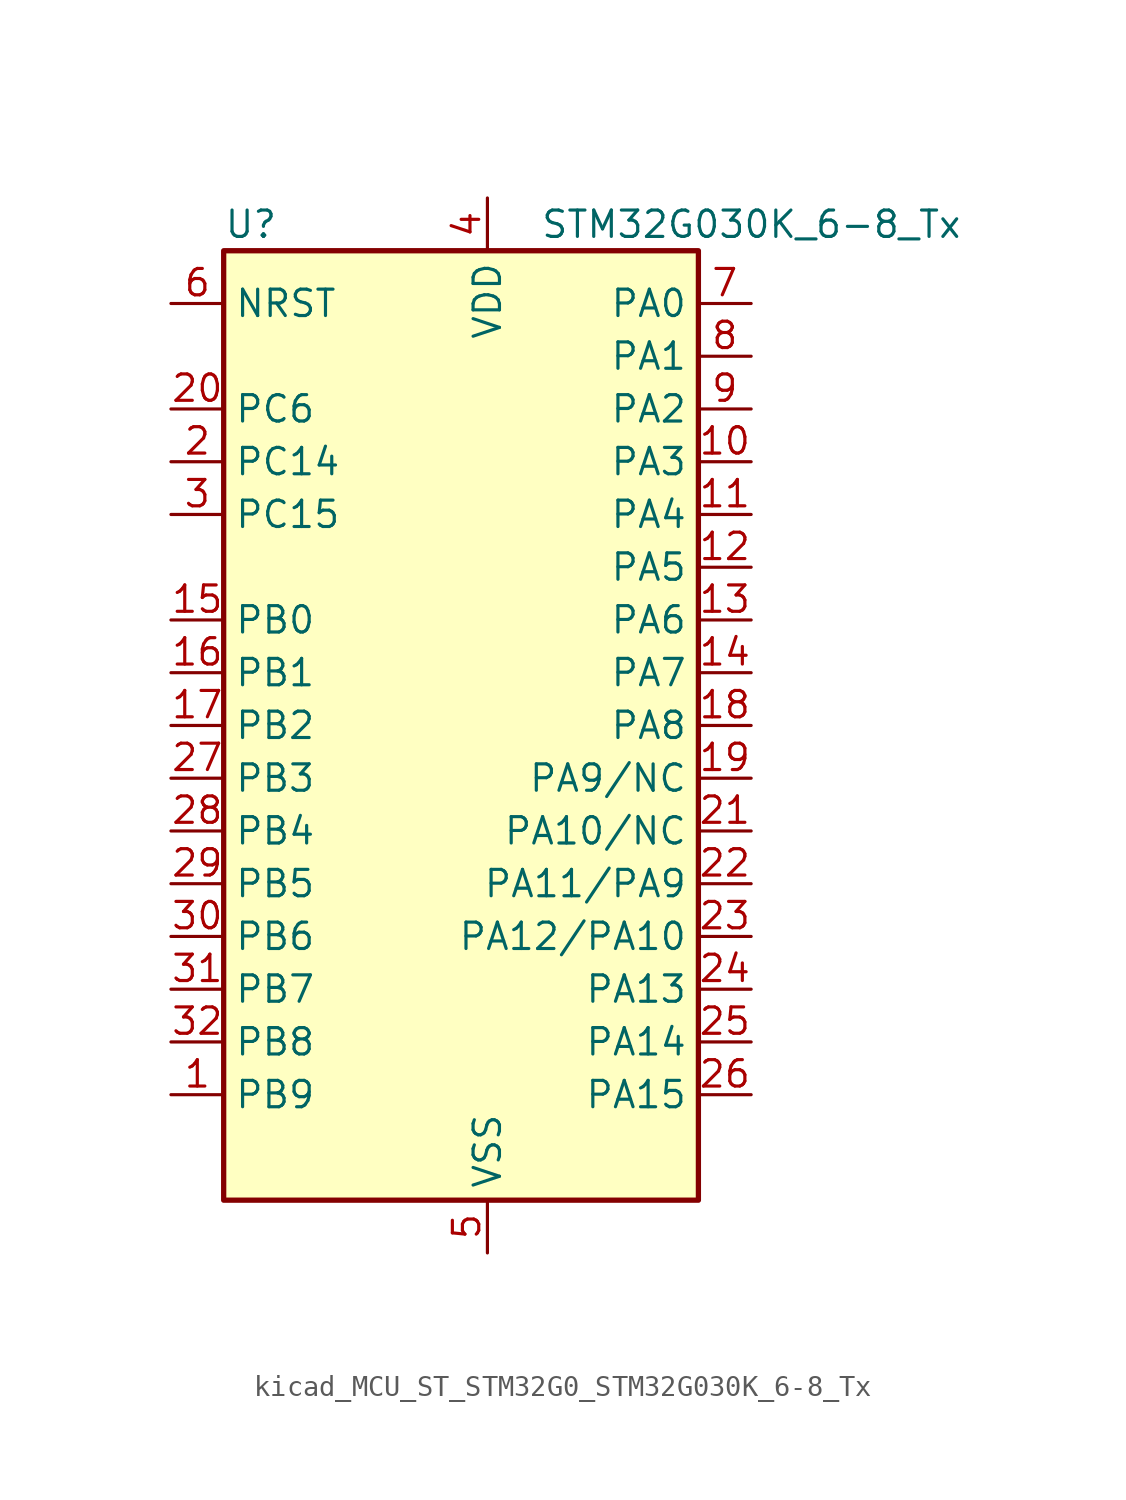
<source format=kicad_sym>
(kicad_symbol_lib
  (version 20220914)
  (generator kicad_symbol_editor)
  (symbol "kicad_MCU_ST_STM32G0_STM32G030K_6-8_Tx"
    (property "Reference" "U"
      (at -10.16 24.13 0)
      (effects (font (size 1.27 1.27)) (justify left)))
    (property "Value" "STM32G030K_6-8_Tx"
      (at 5.08 24.13 0)
      (effects (font (size 1.27 1.27)) (justify left)))
    (property "ki_locked" ""
      (at 0 0 0)
      (effects (font (size 1.27 1.27))))
    (symbol "kicad_MCU_ST_STM32G0_STM32G030K_6-8_Tx_0_1"
      (rectangle (start -10.16 -22.86) (end 12.7 22.86) (stroke (width 0.254) (type default)) (fill (type background))))
    (symbol "kicad_MCU_ST_STM32G0_STM32G030K_6-8_Tx_1_1"
      (pin bidirectional line (at -12.7 -17.78 0) (length 2.54) (name "PB9" (effects (font (size 1.27 1.27)))) (number "1" (effects (font (size 1.27 1.27)))) (alternate "I2C1_SDA" bidirectional line) (alternate "IR_OUT" bidirectional line) (alternate "SPI2_NSS" bidirectional line) (alternate "TIM17_CH1" bidirectional line))
      (pin bidirectional line (at 15.24 12.7 180) (length 2.54) (name "PA3" (effects (font (size 1.27 1.27)))) (number "10" (effects (font (size 1.27 1.27)))) (alternate "ADC1_IN3" bidirectional line) (alternate "SPI2_MISO" bidirectional line) (alternate "USART2_RX" bidirectional line))
      (pin bidirectional line (at 15.24 10.16 180) (length 2.54) (name "PA4" (effects (font (size 1.27 1.27)))) (number "11" (effects (font (size 1.27 1.27)))) (alternate "ADC1_IN4" bidirectional line) (alternate "I2S1_WS" bidirectional line) (alternate "RTC_OUT_ALARM" bidirectional line) (alternate "RTC_OUT_CALIB" bidirectional line) (alternate "RTC_TAMP_IN1" bidirectional line) (alternate "RTC_TS" bidirectional line) (alternate "SPI1_NSS" bidirectional line) (alternate "SPI2_MOSI" bidirectional line) (alternate "SYS_WKUP2" bidirectional line) (alternate "TIM14_CH1" bidirectional line))
      (pin bidirectional line (at 15.24 7.62 180) (length 2.54) (name "PA5" (effects (font (size 1.27 1.27)))) (number "12" (effects (font (size 1.27 1.27)))) (alternate "ADC1_IN5" bidirectional line) (alternate "I2S1_CK" bidirectional line) (alternate "SPI1_SCK" bidirectional line))
      (pin bidirectional line (at 15.24 5.08 180) (length 2.54) (name "PA6" (effects (font (size 1.27 1.27)))) (number "13" (effects (font (size 1.27 1.27)))) (alternate "ADC1_IN6" bidirectional line) (alternate "I2S1_MCK" bidirectional line) (alternate "SPI1_MISO" bidirectional line) (alternate "TIM16_CH1" bidirectional line) (alternate "TIM1_BK" bidirectional line) (alternate "TIM3_CH1" bidirectional line))
      (pin bidirectional line (at 15.24 2.54 180) (length 2.54) (name "PA7" (effects (font (size 1.27 1.27)))) (number "14" (effects (font (size 1.27 1.27)))) (alternate "ADC1_IN7" bidirectional line) (alternate "I2S1_SD" bidirectional line) (alternate "SPI1_MOSI" bidirectional line) (alternate "TIM14_CH1" bidirectional line) (alternate "TIM17_CH1" bidirectional line) (alternate "TIM1_CH1N" bidirectional line) (alternate "TIM3_CH2" bidirectional line))
      (pin bidirectional line (at -12.7 5.08 0) (length 2.54) (name "PB0" (effects (font (size 1.27 1.27)))) (number "15" (effects (font (size 1.27 1.27)))) (alternate "ADC1_IN8" bidirectional line) (alternate "I2S1_WS" bidirectional line) (alternate "SPI1_NSS" bidirectional line) (alternate "TIM1_CH2N" bidirectional line) (alternate "TIM3_CH3" bidirectional line))
      (pin bidirectional line (at -12.7 2.54 0) (length 2.54) (name "PB1" (effects (font (size 1.27 1.27)))) (number "16" (effects (font (size 1.27 1.27)))) (alternate "ADC1_IN9" bidirectional line) (alternate "TIM14_CH1" bidirectional line) (alternate "TIM1_CH3N" bidirectional line) (alternate "TIM3_CH4" bidirectional line))
      (pin bidirectional line (at -12.7 0 0) (length 2.54) (name "PB2" (effects (font (size 1.27 1.27)))) (number "17" (effects (font (size 1.27 1.27)))) (alternate "ADC1_IN10" bidirectional line) (alternate "SPI2_MISO" bidirectional line))
      (pin bidirectional line (at 15.24 0 180) (length 2.54) (name "PA8" (effects (font (size 1.27 1.27)))) (number "18" (effects (font (size 1.27 1.27)))) (alternate "RCC_MCO" bidirectional line) (alternate "SPI2_NSS" bidirectional line) (alternate "TIM1_CH1" bidirectional line))
      (pin bidirectional line (at 15.24 -2.54 180) (length 2.54) (name "PA9/NC" (effects (font (size 1.27 1.27)))) (number "19" (effects (font (size 1.27 1.27)))) (alternate "I2C1_SCL" bidirectional line) (alternate "RCC_MCO" bidirectional line) (alternate "SPI2_MISO" bidirectional line) (alternate "TIM1_CH2" bidirectional line) (alternate "USART1_TX" bidirectional line))
      (pin bidirectional line (at -12.7 12.7 0) (length 2.54) (name "PC14" (effects (font (size 1.27 1.27)))) (number "2" (effects (font (size 1.27 1.27)))) (alternate "RCC_OSC32_IN" bidirectional line) (alternate "RCC_OSC_IN" bidirectional line) (alternate "TIM1_BK2" bidirectional line))
      (pin bidirectional line (at -12.7 15.24 0) (length 2.54) (name "PC6" (effects (font (size 1.27 1.27)))) (number "20" (effects (font (size 1.27 1.27)))) (alternate "TIM3_CH1" bidirectional line))
      (pin bidirectional line (at 15.24 -5.08 180) (length 2.54) (name "PA10/NC" (effects (font (size 1.27 1.27)))) (number "21" (effects (font (size 1.27 1.27)))) (alternate "I2C1_SDA" bidirectional line) (alternate "SPI2_MOSI" bidirectional line) (alternate "TIM17_BK" bidirectional line) (alternate "TIM1_CH3" bidirectional line) (alternate "USART1_RX" bidirectional line))
      (pin bidirectional line (at 15.24 -7.62 180) (length 2.54) (name "PA11/PA9" (effects (font (size 1.27 1.27)))) (number "22" (effects (font (size 1.27 1.27)))) (alternate "ADC1_EXTI11" bidirectional line) (alternate "ADC1_IN15" bidirectional line) (alternate "I2C2_SCL" bidirectional line) (alternate "I2S1_MCK" bidirectional line) (alternate "SPI1_MISO" bidirectional line) (alternate "TIM1_BK2" bidirectional line) (alternate "TIM1_CH4" bidirectional line) (alternate "USART1_CTS" bidirectional line) (alternate "USART1_NSS" bidirectional line))
      (pin bidirectional line (at 15.24 -10.16 180) (length 2.54) (name "PA12/PA10" (effects (font (size 1.27 1.27)))) (number "23" (effects (font (size 1.27 1.27)))) (alternate "ADC1_IN16" bidirectional line) (alternate "I2C2_SDA" bidirectional line) (alternate "I2S1_SD" bidirectional line) (alternate "I2S_CKIN" bidirectional line) (alternate "SPI1_MOSI" bidirectional line) (alternate "TIM1_ETR" bidirectional line) (alternate "USART1_CK" bidirectional line) (alternate "USART1_DE" bidirectional line) (alternate "USART1_RTS" bidirectional line))
      (pin bidirectional line (at 15.24 -12.7 180) (length 2.54) (name "PA13" (effects (font (size 1.27 1.27)))) (number "24" (effects (font (size 1.27 1.27)))) (alternate "ADC1_IN17" bidirectional line) (alternate "IR_OUT" bidirectional line) (alternate "SYS_SWDIO" bidirectional line))
      (pin bidirectional line (at 15.24 -15.24 180) (length 2.54) (name "PA14" (effects (font (size 1.27 1.27)))) (number "25" (effects (font (size 1.27 1.27)))) (alternate "ADC1_IN18" bidirectional line) (alternate "SYS_SWCLK" bidirectional line) (alternate "USART2_TX" bidirectional line))
      (pin bidirectional line (at 15.24 -17.78 180) (length 2.54) (name "PA15" (effects (font (size 1.27 1.27)))) (number "26" (effects (font (size 1.27 1.27)))) (alternate "I2S1_WS" bidirectional line) (alternate "SPI1_NSS" bidirectional line) (alternate "USART2_RX" bidirectional line))
      (pin bidirectional line (at -12.7 -2.54 0) (length 2.54) (name "PB3" (effects (font (size 1.27 1.27)))) (number "27" (effects (font (size 1.27 1.27)))) (alternate "I2S1_CK" bidirectional line) (alternate "SPI1_SCK" bidirectional line) (alternate "TIM1_CH2" bidirectional line) (alternate "USART1_CK" bidirectional line) (alternate "USART1_DE" bidirectional line) (alternate "USART1_RTS" bidirectional line))
      (pin bidirectional line (at -12.7 -5.08 0) (length 2.54) (name "PB4" (effects (font (size 1.27 1.27)))) (number "28" (effects (font (size 1.27 1.27)))) (alternate "I2S1_MCK" bidirectional line) (alternate "SPI1_MISO" bidirectional line) (alternate "TIM17_BK" bidirectional line) (alternate "TIM3_CH1" bidirectional line) (alternate "USART1_CTS" bidirectional line) (alternate "USART1_NSS" bidirectional line))
      (pin bidirectional line (at -12.7 -7.62 0) (length 2.54) (name "PB5" (effects (font (size 1.27 1.27)))) (number "29" (effects (font (size 1.27 1.27)))) (alternate "I2C1_SMBA" bidirectional line) (alternate "I2S1_SD" bidirectional line) (alternate "SPI1_MOSI" bidirectional line) (alternate "SYS_WKUP6" bidirectional line) (alternate "TIM16_BK" bidirectional line) (alternate "TIM3_CH2" bidirectional line))
      (pin bidirectional line (at -12.7 10.16 0) (length 2.54) (name "PC15" (effects (font (size 1.27 1.27)))) (number "3" (effects (font (size 1.27 1.27)))) (alternate "RCC_OSC32_EN" bidirectional line) (alternate "RCC_OSC32_OUT" bidirectional line) (alternate "RCC_OSC_EN" bidirectional line))
      (pin bidirectional line (at -12.7 -10.16 0) (length 2.54) (name "PB6" (effects (font (size 1.27 1.27)))) (number "30" (effects (font (size 1.27 1.27)))) (alternate "I2C1_SCL" bidirectional line) (alternate "SPI2_MISO" bidirectional line) (alternate "TIM16_CH1N" bidirectional line) (alternate "TIM1_CH3" bidirectional line) (alternate "USART1_TX" bidirectional line))
      (pin bidirectional line (at -12.7 -12.7 0) (length 2.54) (name "PB7" (effects (font (size 1.27 1.27)))) (number "31" (effects (font (size 1.27 1.27)))) (alternate "ADC1_IN11" bidirectional line) (alternate "I2C1_SDA" bidirectional line) (alternate "SPI2_MOSI" bidirectional line) (alternate "SYS_PVD_IN" bidirectional line) (alternate "TIM17_CH1N" bidirectional line) (alternate "USART1_RX" bidirectional line))
      (pin bidirectional line (at -12.7 -15.24 0) (length 2.54) (name "PB8" (effects (font (size 1.27 1.27)))) (number "32" (effects (font (size 1.27 1.27)))) (alternate "I2C1_SCL" bidirectional line) (alternate "SPI2_SCK" bidirectional line) (alternate "TIM16_CH1" bidirectional line))
      (pin power_in line (at 2.54 25.4 270) (length 2.54) (name "VDD" (effects (font (size 1.27 1.27)))) (number "4" (effects (font (size 1.27 1.27)))))
      (pin power_in line (at 2.54 -25.4 90) (length 2.54) (name "VSS" (effects (font (size 1.27 1.27)))) (number "5" (effects (font (size 1.27 1.27)))))
      (pin input line (at -12.7 20.32 0) (length 2.54) (name "NRST" (effects (font (size 1.27 1.27)))) (number "6" (effects (font (size 1.27 1.27)))))
      (pin bidirectional line (at 15.24 20.32 180) (length 2.54) (name "PA0" (effects (font (size 1.27 1.27)))) (number "7" (effects (font (size 1.27 1.27)))) (alternate "ADC1_IN0" bidirectional line) (alternate "RTC_TAMP_IN2" bidirectional line) (alternate "SPI2_SCK" bidirectional line) (alternate "SYS_WKUP1" bidirectional line) (alternate "USART2_CTS" bidirectional line) (alternate "USART2_NSS" bidirectional line))
      (pin bidirectional line (at 15.24 17.78 180) (length 2.54) (name "PA1" (effects (font (size 1.27 1.27)))) (number "8" (effects (font (size 1.27 1.27)))) (alternate "ADC1_IN1" bidirectional line) (alternate "I2C1_SMBA" bidirectional line) (alternate "I2S1_CK" bidirectional line) (alternate "SPI1_SCK" bidirectional line) (alternate "USART2_CK" bidirectional line) (alternate "USART2_DE" bidirectional line) (alternate "USART2_RTS" bidirectional line))
      (pin bidirectional line (at 15.24 15.24 180) (length 2.54) (name "PA2" (effects (font (size 1.27 1.27)))) (number "9" (effects (font (size 1.27 1.27)))) (alternate "ADC1_IN2" bidirectional line) (alternate "I2S1_SD" bidirectional line) (alternate "RCC_LSCO" bidirectional line) (alternate "SPI1_MOSI" bidirectional line) (alternate "SYS_WKUP4" bidirectional line) (alternate "USART2_TX" bidirectional line)))))
</source>
